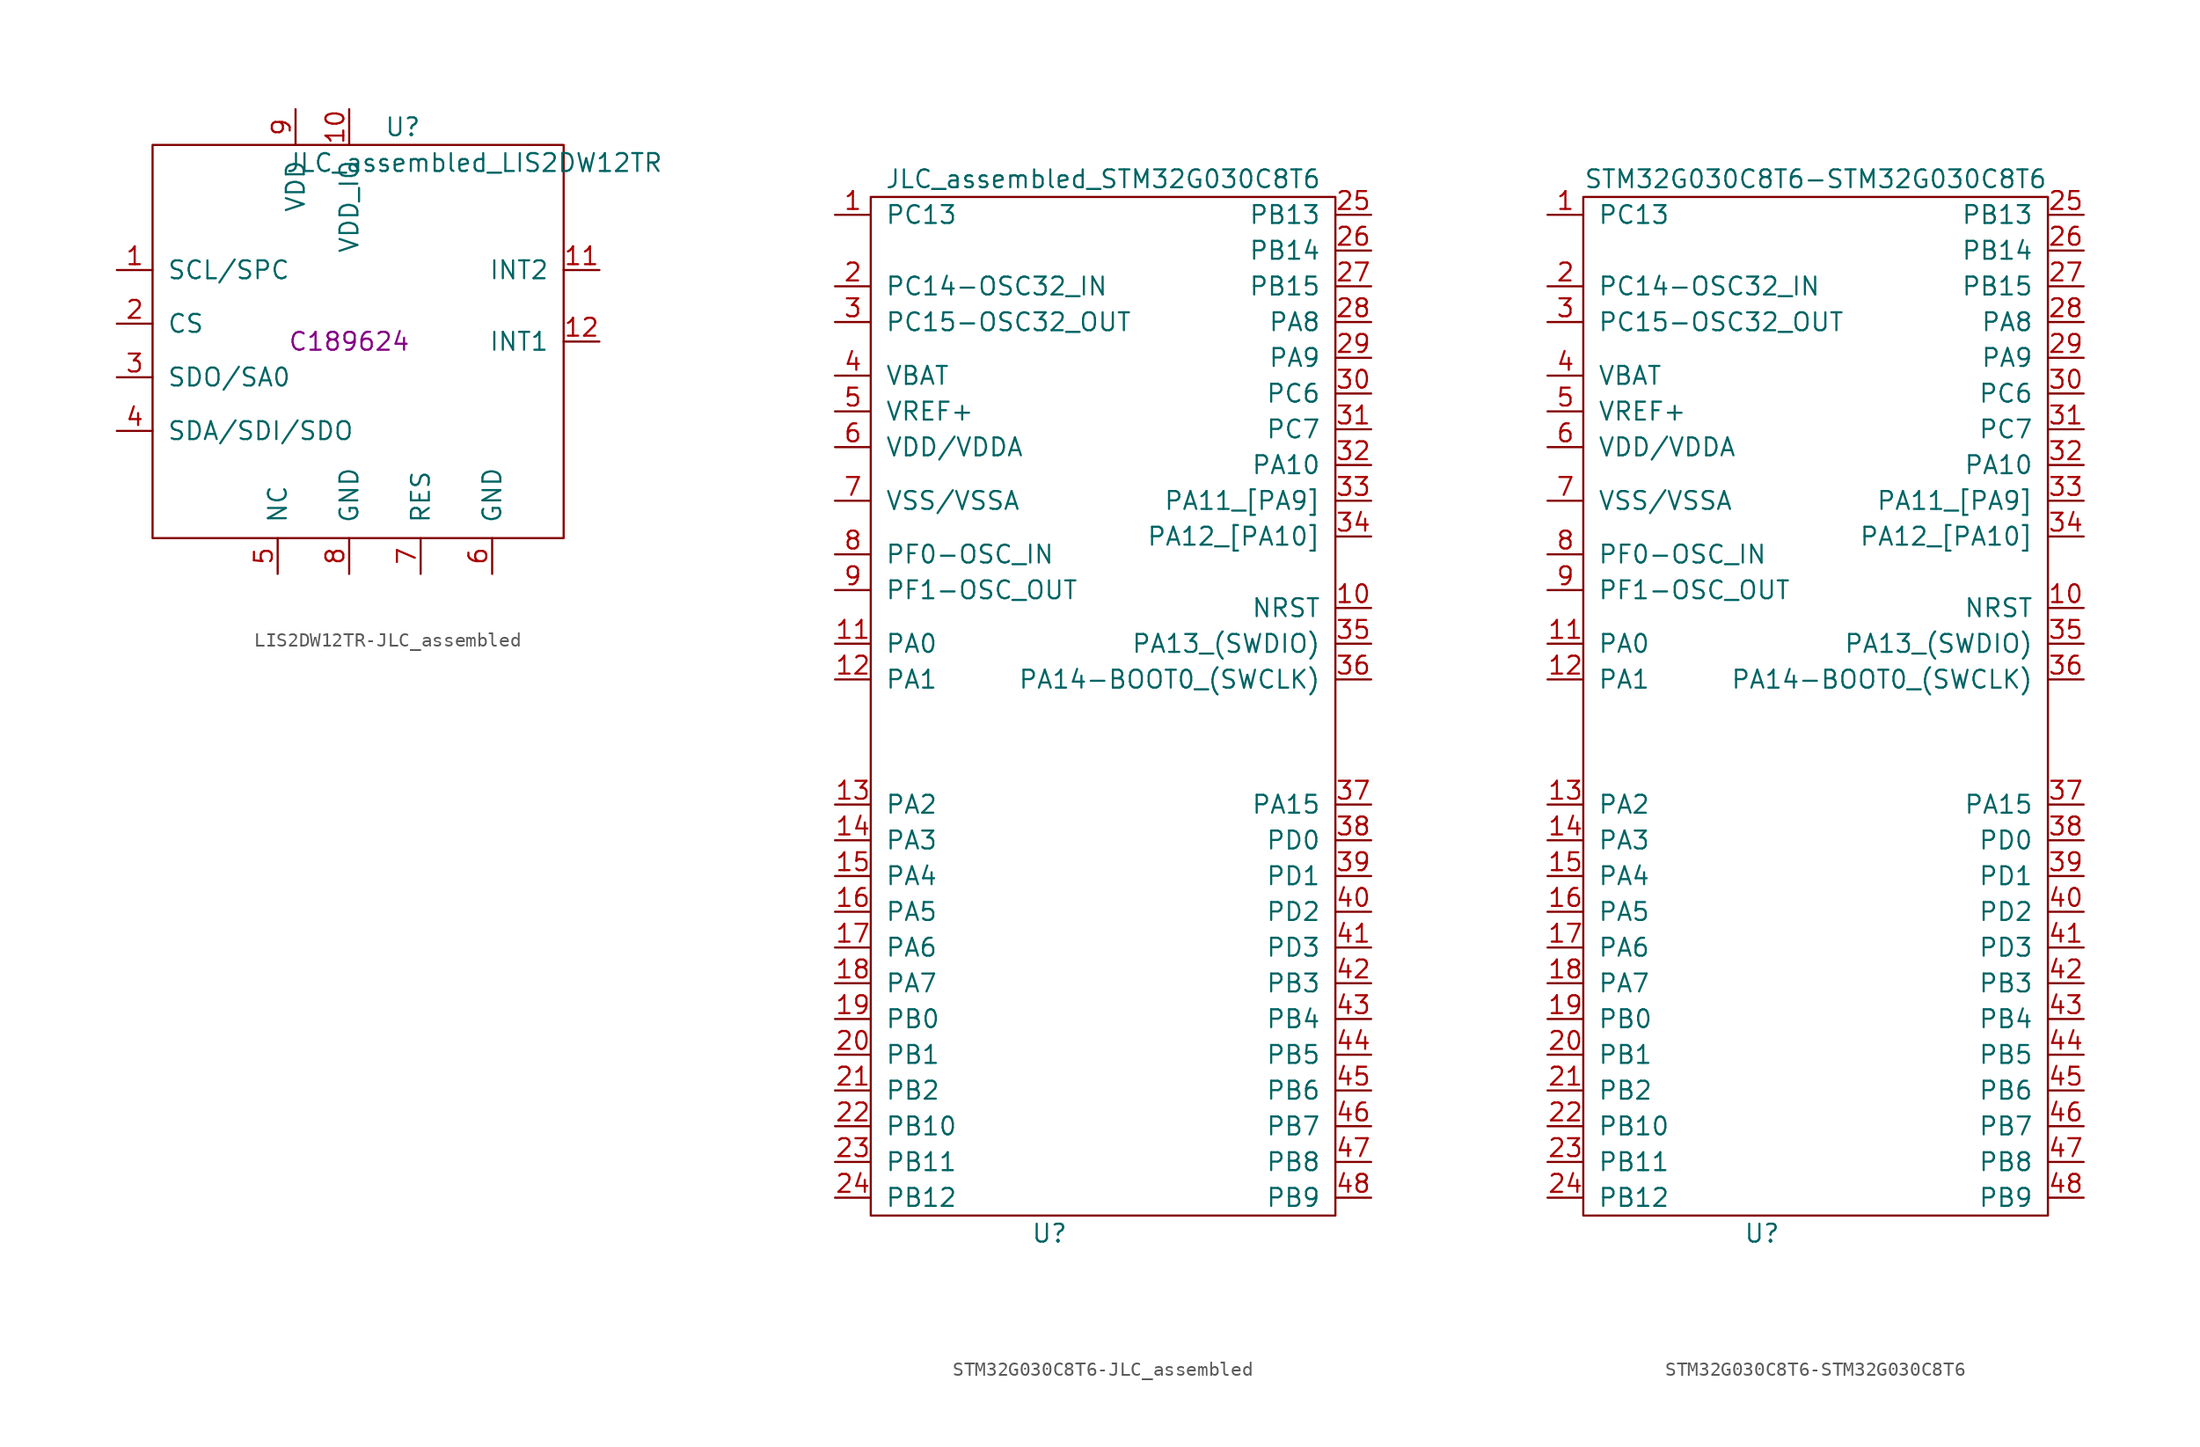
<source format=kicad_sym>
(kicad_symbol_lib
  (version 20231120)
  (generator "kicad_symbol_editor")
  (generator_version "8.0")
  (symbol "LIS2DW12TR-JLC_assembled"
    (pin_names
      (offset 1.016))
    (property "Reference" "U"
      (at 3.81 15.24 0)
      (effects (font (size 1.27 1.27))))
    (property "Value" "JLC_assembled_LIS2DW12TR"
      (at 8.89 12.7 0)
      (effects (font (size 1.27 1.27))))
    (property "Description" "C189624"
      (at 0 0 0)
      (effects (font (size 1.27 1.27))))
    (symbol "LIS2DW12TR-JLC_assembled_0_1"
      (rectangle (start -13.97 13.97) (end 15.24 -13.97) (stroke (width 0) (type solid)) (fill (type none))))
    (symbol "LIS2DW12TR-JLC_assembled_1_1"
      (pin input line (at -16.51 5.08 0) (length 2.54) (name "SCL/SPC" (effects (font (size 1.27 1.27)))) (number "1" (effects (font (size 1.27 1.27)))))
      (pin input line (at 0 16.51 270) (length 2.54) (name "VDD_IO" (effects (font (size 1.27 1.27)))) (number "10" (effects (font (size 1.27 1.27)))))
      (pin input line (at 17.78 5.08 180) (length 2.54) (name "INT2" (effects (font (size 1.27 1.27)))) (number "11" (effects (font (size 1.27 1.27)))))
      (pin input line (at 17.78 0 180) (length 2.54) (name "INT1" (effects (font (size 1.27 1.27)))) (number "12" (effects (font (size 1.27 1.27)))))
      (pin input line (at -16.51 1.27 0) (length 2.54) (name "CS" (effects (font (size 1.27 1.27)))) (number "2" (effects (font (size 1.27 1.27)))))
      (pin input line (at -16.51 -2.54 0) (length 2.54) (name "SDO/SA0" (effects (font (size 1.27 1.27)))) (number "3" (effects (font (size 1.27 1.27)))))
      (pin input line (at -16.51 -6.35 0) (length 2.54) (name "SDA/SDI/SDO" (effects (font (size 1.27 1.27)))) (number "4" (effects (font (size 1.27 1.27)))))
      (pin input line (at -5.08 -16.51 90) (length 2.54) (name "NC" (effects (font (size 1.27 1.27)))) (number "5" (effects (font (size 1.27 1.27)))))
      (pin input line (at 10.16 -16.51 90) (length 2.54) (name "GND" (effects (font (size 1.27 1.27)))) (number "6" (effects (font (size 1.27 1.27)))))
      (pin input line (at 5.08 -16.51 90) (length 2.54) (name "RES" (effects (font (size 1.27 1.27)))) (number "7" (effects (font (size 1.27 1.27)))))
      (pin input line (at 0 -16.51 90) (length 2.54) (name "GND" (effects (font (size 1.27 1.27)))) (number "8" (effects (font (size 1.27 1.27)))))
      (pin input line (at -3.81 16.51 270) (length 2.54) (name "VDD" (effects (font (size 1.27 1.27)))) (number "9" (effects (font (size 1.27 1.27)))))))
  (symbol "STM32G030C8T6-JLC_assembled"
    (pin_names
      (offset 1.016))
    (property "Reference" "U"
      (at -3.81 -36.83 0)
      (effects (font (size 1.27 1.27))))
    (property "Value" "JLC_assembled_STM32G030C8T6"
      (at 0 38.1 0)
      (effects (font (size 1.27 1.27))))
    (symbol "STM32G030C8T6-JLC_assembled_0_0"
      (pin unspecified line (at -19.05 35.56 0) (length 2.54) (name "PC13" (effects (font (size 1.27 1.27)))) (number "1" (effects (font (size 1.27 1.27)))))
      (pin unspecified line (at 19.05 7.62 180) (length 2.54) (name "NRST" (effects (font (size 1.27 1.27)))) (number "10" (effects (font (size 1.27 1.27)))))
      (pin unspecified line (at -19.05 5.08 0) (length 2.54) (name "PA0" (effects (font (size 1.27 1.27)))) (number "11" (effects (font (size 1.27 1.27)))))
      (pin unspecified line (at -19.05 2.54 0) (length 2.54) (name "PA1" (effects (font (size 1.27 1.27)))) (number "12" (effects (font (size 1.27 1.27)))))
      (pin unspecified line (at -19.05 -6.35 0) (length 2.54) (name "PA2" (effects (font (size 1.27 1.27)))) (number "13" (effects (font (size 1.27 1.27)))))
      (pin unspecified line (at -19.05 -8.89 0) (length 2.54) (name "PA3" (effects (font (size 1.27 1.27)))) (number "14" (effects (font (size 1.27 1.27)))))
      (pin unspecified line (at -19.05 -11.43 0) (length 2.54) (name "PA4" (effects (font (size 1.27 1.27)))) (number "15" (effects (font (size 1.27 1.27)))))
      (pin unspecified line (at -19.05 -13.97 0) (length 2.54) (name "PA5" (effects (font (size 1.27 1.27)))) (number "16" (effects (font (size 1.27 1.27)))))
      (pin unspecified line (at -19.05 -16.51 0) (length 2.54) (name "PA6" (effects (font (size 1.27 1.27)))) (number "17" (effects (font (size 1.27 1.27)))))
      (pin unspecified line (at -19.05 -19.05 0) (length 2.54) (name "PA7" (effects (font (size 1.27 1.27)))) (number "18" (effects (font (size 1.27 1.27)))))
      (pin unspecified line (at -19.05 -21.59 0) (length 2.54) (name "PB0" (effects (font (size 1.27 1.27)))) (number "19" (effects (font (size 1.27 1.27)))))
      (pin unspecified line (at -19.05 30.48 0) (length 2.54) (name "PC14-OSC32_IN" (effects (font (size 1.27 1.27)))) (number "2" (effects (font (size 1.27 1.27)))))
      (pin unspecified line (at -19.05 -24.13 0) (length 2.54) (name "PB1" (effects (font (size 1.27 1.27)))) (number "20" (effects (font (size 1.27 1.27)))))
      (pin unspecified line (at -19.05 -26.67 0) (length 2.54) (name "PB2" (effects (font (size 1.27 1.27)))) (number "21" (effects (font (size 1.27 1.27)))))
      (pin unspecified line (at -19.05 -29.21 0) (length 2.54) (name "PB10" (effects (font (size 1.27 1.27)))) (number "22" (effects (font (size 1.27 1.27)))))
      (pin unspecified line (at -19.05 -31.75 0) (length 2.54) (name "PB11" (effects (font (size 1.27 1.27)))) (number "23" (effects (font (size 1.27 1.27)))))
      (pin unspecified line (at -19.05 -34.29 0) (length 2.54) (name "PB12" (effects (font (size 1.27 1.27)))) (number "24" (effects (font (size 1.27 1.27)))))
      (pin unspecified line (at 19.05 35.56 180) (length 2.54) (name "PB13" (effects (font (size 1.27 1.27)))) (number "25" (effects (font (size 1.27 1.27)))))
      (pin unspecified line (at 19.05 33.02 180) (length 2.54) (name "PB14" (effects (font (size 1.27 1.27)))) (number "26" (effects (font (size 1.27 1.27)))))
      (pin unspecified line (at 19.05 30.48 180) (length 2.54) (name "PB15" (effects (font (size 1.27 1.27)))) (number "27" (effects (font (size 1.27 1.27)))))
      (pin unspecified line (at 19.05 27.94 180) (length 2.54) (name "PA8" (effects (font (size 1.27 1.27)))) (number "28" (effects (font (size 1.27 1.27)))))
      (pin unspecified line (at 19.05 25.4 180) (length 2.54) (name "PA9" (effects (font (size 1.27 1.27)))) (number "29" (effects (font (size 1.27 1.27)))))
      (pin unspecified line (at -19.05 27.94 0) (length 2.54) (name "PC15-OSC32_OUT" (effects (font (size 1.27 1.27)))) (number "3" (effects (font (size 1.27 1.27)))))
      (pin unspecified line (at 19.05 22.86 180) (length 2.54) (name "PC6" (effects (font (size 1.27 1.27)))) (number "30" (effects (font (size 1.27 1.27)))))
      (pin unspecified line (at 19.05 20.32 180) (length 2.54) (name "PC7" (effects (font (size 1.27 1.27)))) (number "31" (effects (font (size 1.27 1.27)))))
      (pin unspecified line (at 19.05 17.78 180) (length 2.54) (name "PA10" (effects (font (size 1.27 1.27)))) (number "32" (effects (font (size 1.27 1.27)))))
      (pin unspecified line (at 19.05 15.24 180) (length 2.54) (name "PA11_[PA9]" (effects (font (size 1.27 1.27)))) (number "33" (effects (font (size 1.27 1.27)))))
      (pin unspecified line (at 19.05 12.7 180) (length 2.54) (name "PA12_[PA10]" (effects (font (size 1.27 1.27)))) (number "34" (effects (font (size 1.27 1.27)))))
      (pin unspecified line (at 19.05 5.08 180) (length 2.54) (name "PA13_(SWDIO)" (effects (font (size 1.27 1.27)))) (number "35" (effects (font (size 1.27 1.27)))))
      (pin unspecified line (at 19.05 2.54 180) (length 2.54) (name "PA14-BOOT0_(SWCLK)" (effects (font (size 1.27 1.27)))) (number "36" (effects (font (size 1.27 1.27)))))
      (pin unspecified line (at 19.05 -6.35 180) (length 2.54) (name "PA15" (effects (font (size 1.27 1.27)))) (number "37" (effects (font (size 1.27 1.27)))))
      (pin unspecified line (at 19.05 -8.89 180) (length 2.54) (name "PD0" (effects (font (size 1.27 1.27)))) (number "38" (effects (font (size 1.27 1.27)))))
      (pin unspecified line (at 19.05 -11.43 180) (length 2.54) (name "PD1" (effects (font (size 1.27 1.27)))) (number "39" (effects (font (size 1.27 1.27)))))
      (pin unspecified line (at -19.05 24.13 0) (length 2.54) (name "VBAT" (effects (font (size 1.27 1.27)))) (number "4" (effects (font (size 1.27 1.27)))))
      (pin unspecified line (at 19.05 -13.97 180) (length 2.54) (name "PD2" (effects (font (size 1.27 1.27)))) (number "40" (effects (font (size 1.27 1.27)))))
      (pin unspecified line (at 19.05 -16.51 180) (length 2.54) (name "PD3" (effects (font (size 1.27 1.27)))) (number "41" (effects (font (size 1.27 1.27)))))
      (pin unspecified line (at 19.05 -19.05 180) (length 2.54) (name "PB3" (effects (font (size 1.27 1.27)))) (number "42" (effects (font (size 1.27 1.27)))))
      (pin unspecified line (at 19.05 -21.59 180) (length 2.54) (name "PB4" (effects (font (size 1.27 1.27)))) (number "43" (effects (font (size 1.27 1.27)))))
      (pin unspecified line (at 19.05 -24.13 180) (length 2.54) (name "PB5" (effects (font (size 1.27 1.27)))) (number "44" (effects (font (size 1.27 1.27)))))
      (pin unspecified line (at 19.05 -26.67 180) (length 2.54) (name "PB6" (effects (font (size 1.27 1.27)))) (number "45" (effects (font (size 1.27 1.27)))))
      (pin unspecified line (at 19.05 -29.21 180) (length 2.54) (name "PB7" (effects (font (size 1.27 1.27)))) (number "46" (effects (font (size 1.27 1.27)))))
      (pin unspecified line (at 19.05 -31.75 180) (length 2.54) (name "PB8" (effects (font (size 1.27 1.27)))) (number "47" (effects (font (size 1.27 1.27)))))
      (pin unspecified line (at 19.05 -34.29 180) (length 2.54) (name "PB9" (effects (font (size 1.27 1.27)))) (number "48" (effects (font (size 1.27 1.27)))))
      (pin unspecified line (at -19.05 21.59 0) (length 2.54) (name "VREF+" (effects (font (size 1.27 1.27)))) (number "5" (effects (font (size 1.27 1.27)))))
      (pin unspecified line (at -19.05 19.05 0) (length 2.54) (name "VDD/VDDA" (effects (font (size 1.27 1.27)))) (number "6" (effects (font (size 1.27 1.27)))))
      (pin unspecified line (at -19.05 15.24 0) (length 2.54) (name "VSS/VSSA" (effects (font (size 1.27 1.27)))) (number "7" (effects (font (size 1.27 1.27)))))
      (pin unspecified line (at -19.05 11.43 0) (length 2.54) (name "PF0-OSC_IN" (effects (font (size 1.27 1.27)))) (number "8" (effects (font (size 1.27 1.27)))))
      (pin unspecified line (at -19.05 8.89 0) (length 2.54) (name "PF1-OSC_OUT" (effects (font (size 1.27 1.27)))) (number "9" (effects (font (size 1.27 1.27))))))
    (symbol "STM32G030C8T6-JLC_assembled_0_1"
      (rectangle (start 16.51 -35.56) (end -16.51 36.83) (stroke (width 0) (type solid)) (fill (type none)))))
  (symbol "STM32G030C8T6-STM32G030C8T6"
    (pin_names
      (offset 1.016))
    (property "Reference" "U"
      (at -3.81 -36.83 0)
      (effects (font (size 1.27 1.27))))
    (property "Value" "STM32G030C8T6-STM32G030C8T6"
      (at 0 38.1 0)
      (effects (font (size 1.27 1.27))))
    (symbol "STM32G030C8T6-STM32G030C8T6_0_0"
      (pin unspecified line (at -19.05 35.56 0) (length 2.54) (name "PC13" (effects (font (size 1.27 1.27)))) (number "1" (effects (font (size 1.27 1.27)))))
      (pin unspecified line (at 19.05 7.62 180) (length 2.54) (name "NRST" (effects (font (size 1.27 1.27)))) (number "10" (effects (font (size 1.27 1.27)))))
      (pin unspecified line (at -19.05 5.08 0) (length 2.54) (name "PA0" (effects (font (size 1.27 1.27)))) (number "11" (effects (font (size 1.27 1.27)))))
      (pin unspecified line (at -19.05 2.54 0) (length 2.54) (name "PA1" (effects (font (size 1.27 1.27)))) (number "12" (effects (font (size 1.27 1.27)))))
      (pin unspecified line (at -19.05 -6.35 0) (length 2.54) (name "PA2" (effects (font (size 1.27 1.27)))) (number "13" (effects (font (size 1.27 1.27)))))
      (pin unspecified line (at -19.05 -8.89 0) (length 2.54) (name "PA3" (effects (font (size 1.27 1.27)))) (number "14" (effects (font (size 1.27 1.27)))))
      (pin unspecified line (at -19.05 -11.43 0) (length 2.54) (name "PA4" (effects (font (size 1.27 1.27)))) (number "15" (effects (font (size 1.27 1.27)))))
      (pin unspecified line (at -19.05 -13.97 0) (length 2.54) (name "PA5" (effects (font (size 1.27 1.27)))) (number "16" (effects (font (size 1.27 1.27)))))
      (pin unspecified line (at -19.05 -16.51 0) (length 2.54) (name "PA6" (effects (font (size 1.27 1.27)))) (number "17" (effects (font (size 1.27 1.27)))))
      (pin unspecified line (at -19.05 -19.05 0) (length 2.54) (name "PA7" (effects (font (size 1.27 1.27)))) (number "18" (effects (font (size 1.27 1.27)))))
      (pin unspecified line (at -19.05 -21.59 0) (length 2.54) (name "PB0" (effects (font (size 1.27 1.27)))) (number "19" (effects (font (size 1.27 1.27)))))
      (pin unspecified line (at -19.05 30.48 0) (length 2.54) (name "PC14-OSC32_IN" (effects (font (size 1.27 1.27)))) (number "2" (effects (font (size 1.27 1.27)))))
      (pin unspecified line (at -19.05 -24.13 0) (length 2.54) (name "PB1" (effects (font (size 1.27 1.27)))) (number "20" (effects (font (size 1.27 1.27)))))
      (pin unspecified line (at -19.05 -26.67 0) (length 2.54) (name "PB2" (effects (font (size 1.27 1.27)))) (number "21" (effects (font (size 1.27 1.27)))))
      (pin unspecified line (at -19.05 -29.21 0) (length 2.54) (name "PB10" (effects (font (size 1.27 1.27)))) (number "22" (effects (font (size 1.27 1.27)))))
      (pin unspecified line (at -19.05 -31.75 0) (length 2.54) (name "PB11" (effects (font (size 1.27 1.27)))) (number "23" (effects (font (size 1.27 1.27)))))
      (pin unspecified line (at -19.05 -34.29 0) (length 2.54) (name "PB12" (effects (font (size 1.27 1.27)))) (number "24" (effects (font (size 1.27 1.27)))))
      (pin unspecified line (at 19.05 35.56 180) (length 2.54) (name "PB13" (effects (font (size 1.27 1.27)))) (number "25" (effects (font (size 1.27 1.27)))))
      (pin unspecified line (at 19.05 33.02 180) (length 2.54) (name "PB14" (effects (font (size 1.27 1.27)))) (number "26" (effects (font (size 1.27 1.27)))))
      (pin unspecified line (at 19.05 30.48 180) (length 2.54) (name "PB15" (effects (font (size 1.27 1.27)))) (number "27" (effects (font (size 1.27 1.27)))))
      (pin unspecified line (at 19.05 27.94 180) (length 2.54) (name "PA8" (effects (font (size 1.27 1.27)))) (number "28" (effects (font (size 1.27 1.27)))))
      (pin unspecified line (at 19.05 25.4 180) (length 2.54) (name "PA9" (effects (font (size 1.27 1.27)))) (number "29" (effects (font (size 1.27 1.27)))))
      (pin unspecified line (at -19.05 27.94 0) (length 2.54) (name "PC15-OSC32_OUT" (effects (font (size 1.27 1.27)))) (number "3" (effects (font (size 1.27 1.27)))))
      (pin unspecified line (at 19.05 22.86 180) (length 2.54) (name "PC6" (effects (font (size 1.27 1.27)))) (number "30" (effects (font (size 1.27 1.27)))))
      (pin unspecified line (at 19.05 20.32 180) (length 2.54) (name "PC7" (effects (font (size 1.27 1.27)))) (number "31" (effects (font (size 1.27 1.27)))))
      (pin unspecified line (at 19.05 17.78 180) (length 2.54) (name "PA10" (effects (font (size 1.27 1.27)))) (number "32" (effects (font (size 1.27 1.27)))))
      (pin unspecified line (at 19.05 15.24 180) (length 2.54) (name "PA11_[PA9]" (effects (font (size 1.27 1.27)))) (number "33" (effects (font (size 1.27 1.27)))))
      (pin unspecified line (at 19.05 12.7 180) (length 2.54) (name "PA12_[PA10]" (effects (font (size 1.27 1.27)))) (number "34" (effects (font (size 1.27 1.27)))))
      (pin unspecified line (at 19.05 5.08 180) (length 2.54) (name "PA13_(SWDIO)" (effects (font (size 1.27 1.27)))) (number "35" (effects (font (size 1.27 1.27)))))
      (pin unspecified line (at 19.05 2.54 180) (length 2.54) (name "PA14-BOOT0_(SWCLK)" (effects (font (size 1.27 1.27)))) (number "36" (effects (font (size 1.27 1.27)))))
      (pin unspecified line (at 19.05 -6.35 180) (length 2.54) (name "PA15" (effects (font (size 1.27 1.27)))) (number "37" (effects (font (size 1.27 1.27)))))
      (pin unspecified line (at 19.05 -8.89 180) (length 2.54) (name "PD0" (effects (font (size 1.27 1.27)))) (number "38" (effects (font (size 1.27 1.27)))))
      (pin unspecified line (at 19.05 -11.43 180) (length 2.54) (name "PD1" (effects (font (size 1.27 1.27)))) (number "39" (effects (font (size 1.27 1.27)))))
      (pin unspecified line (at -19.05 24.13 0) (length 2.54) (name "VBAT" (effects (font (size 1.27 1.27)))) (number "4" (effects (font (size 1.27 1.27)))))
      (pin unspecified line (at 19.05 -13.97 180) (length 2.54) (name "PD2" (effects (font (size 1.27 1.27)))) (number "40" (effects (font (size 1.27 1.27)))))
      (pin unspecified line (at 19.05 -16.51 180) (length 2.54) (name "PD3" (effects (font (size 1.27 1.27)))) (number "41" (effects (font (size 1.27 1.27)))))
      (pin unspecified line (at 19.05 -19.05 180) (length 2.54) (name "PB3" (effects (font (size 1.27 1.27)))) (number "42" (effects (font (size 1.27 1.27)))))
      (pin unspecified line (at 19.05 -21.59 180) (length 2.54) (name "PB4" (effects (font (size 1.27 1.27)))) (number "43" (effects (font (size 1.27 1.27)))))
      (pin unspecified line (at 19.05 -24.13 180) (length 2.54) (name "PB5" (effects (font (size 1.27 1.27)))) (number "44" (effects (font (size 1.27 1.27)))))
      (pin unspecified line (at 19.05 -26.67 180) (length 2.54) (name "PB6" (effects (font (size 1.27 1.27)))) (number "45" (effects (font (size 1.27 1.27)))))
      (pin unspecified line (at 19.05 -29.21 180) (length 2.54) (name "PB7" (effects (font (size 1.27 1.27)))) (number "46" (effects (font (size 1.27 1.27)))))
      (pin unspecified line (at 19.05 -31.75 180) (length 2.54) (name "PB8" (effects (font (size 1.27 1.27)))) (number "47" (effects (font (size 1.27 1.27)))))
      (pin unspecified line (at 19.05 -34.29 180) (length 2.54) (name "PB9" (effects (font (size 1.27 1.27)))) (number "48" (effects (font (size 1.27 1.27)))))
      (pin unspecified line (at -19.05 21.59 0) (length 2.54) (name "VREF+" (effects (font (size 1.27 1.27)))) (number "5" (effects (font (size 1.27 1.27)))))
      (pin unspecified line (at -19.05 19.05 0) (length 2.54) (name "VDD/VDDA" (effects (font (size 1.27 1.27)))) (number "6" (effects (font (size 1.27 1.27)))))
      (pin unspecified line (at -19.05 15.24 0) (length 2.54) (name "VSS/VSSA" (effects (font (size 1.27 1.27)))) (number "7" (effects (font (size 1.27 1.27)))))
      (pin unspecified line (at -19.05 11.43 0) (length 2.54) (name "PF0-OSC_IN" (effects (font (size 1.27 1.27)))) (number "8" (effects (font (size 1.27 1.27)))))
      (pin unspecified line (at -19.05 8.89 0) (length 2.54) (name "PF1-OSC_OUT" (effects (font (size 1.27 1.27)))) (number "9" (effects (font (size 1.27 1.27))))))
    (symbol "STM32G030C8T6-STM32G030C8T6_0_1"
      (rectangle (start 16.51 -35.56) (end -16.51 36.83) (stroke (width 0) (type solid)) (fill (type none))))))
</source>
